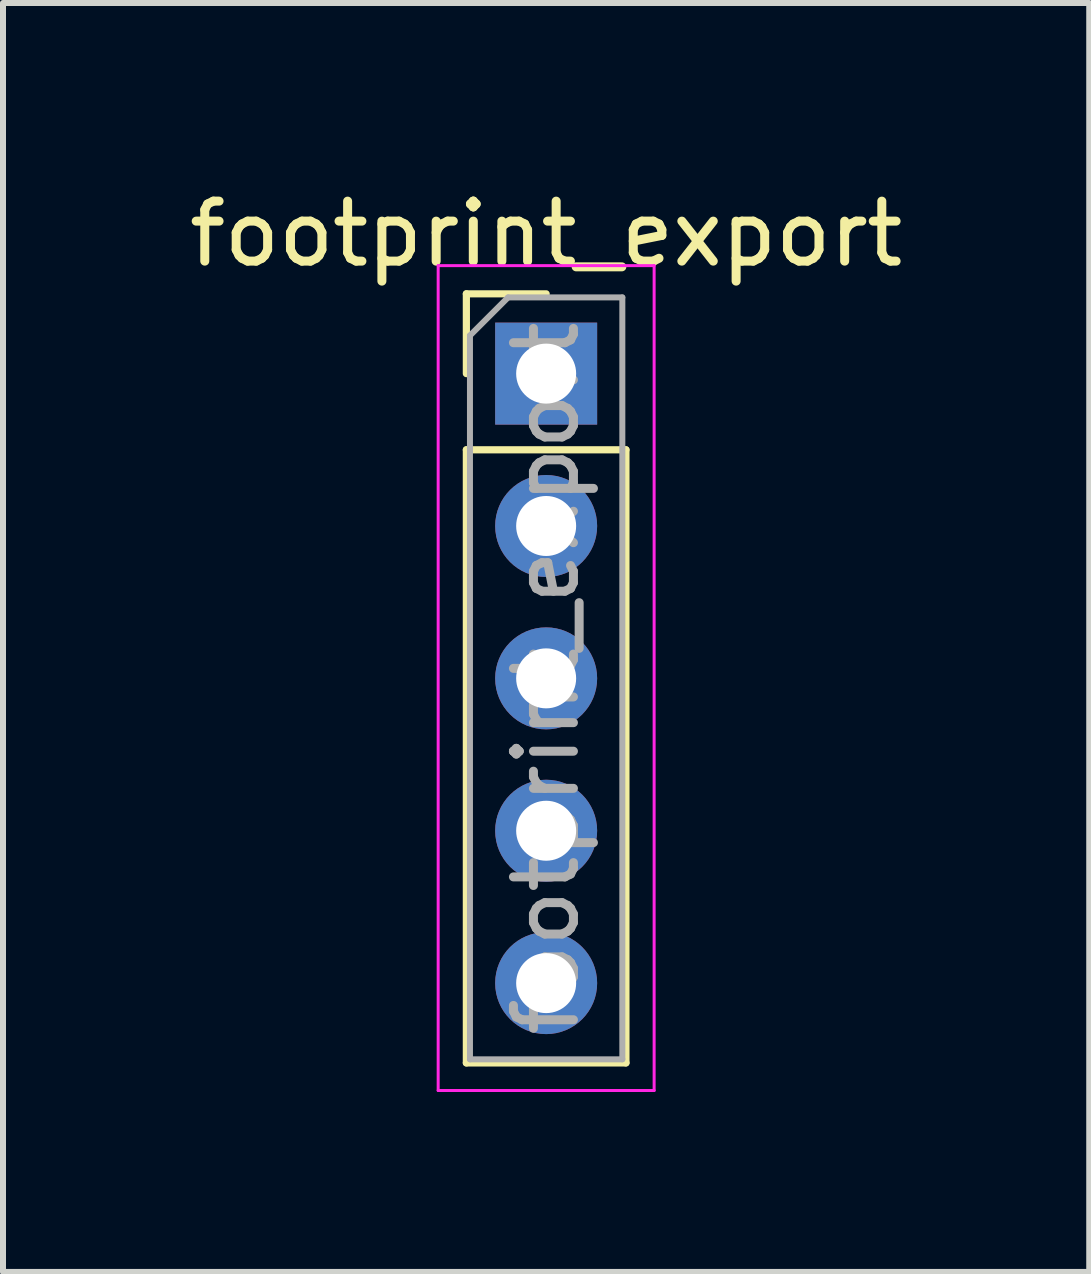
<source format=kicad_pcb>
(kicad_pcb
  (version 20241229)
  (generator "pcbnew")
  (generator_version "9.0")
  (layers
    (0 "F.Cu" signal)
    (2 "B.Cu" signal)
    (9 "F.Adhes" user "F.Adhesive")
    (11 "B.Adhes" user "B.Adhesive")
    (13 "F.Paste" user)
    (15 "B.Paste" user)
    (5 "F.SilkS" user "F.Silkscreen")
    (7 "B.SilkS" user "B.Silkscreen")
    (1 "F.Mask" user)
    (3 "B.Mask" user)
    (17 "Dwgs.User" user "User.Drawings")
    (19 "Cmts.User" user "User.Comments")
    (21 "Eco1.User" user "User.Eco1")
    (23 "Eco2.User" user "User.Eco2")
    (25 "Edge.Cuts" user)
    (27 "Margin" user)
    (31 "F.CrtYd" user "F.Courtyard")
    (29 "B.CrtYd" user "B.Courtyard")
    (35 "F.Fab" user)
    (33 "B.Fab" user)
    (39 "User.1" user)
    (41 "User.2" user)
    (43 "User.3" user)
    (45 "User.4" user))
  (footprint "footprint_export"
    (layer "F.Cu")
    (at 6.054 3.178)
    (property "Reference" "footprint_export" (at 0 -2.33 0) (layer "F.SilkS") (effects (font (size 1 1) (thickness 0.15))))
    (attr through_hole)
    (fp_line (start -1.33 -1.33) (end 0 -1.33) (stroke (width 0.12) (type solid)) (layer "F.SilkS"))
    (fp_line (start -1.33 0) (end -1.33 -1.33) (stroke (width 0.12) (type solid)) (layer "F.SilkS"))
    (fp_line (start -1.33 1.27) (end -1.33 11.49) (stroke (width 0.12) (type solid)) (layer "F.SilkS"))
    (fp_line (start -1.33 1.27) (end 1.33 1.27) (stroke (width 0.12) (type solid)) (layer "F.SilkS"))
    (fp_line (start -1.33 11.49) (end 1.33 11.49) (stroke (width 0.12) (type solid)) (layer "F.SilkS"))
    (fp_line (start 1.33 1.27) (end 1.33 11.49) (stroke (width 0.12) (type solid)) (layer "F.SilkS"))
    (fp_line (start -1.8 -1.8) (end -1.8 11.95) (stroke (width 0.05) (type solid)) (layer "F.CrtYd"))
    (fp_line (start -1.8 11.95) (end 1.8 11.95) (stroke (width 0.05) (type solid)) (layer "F.CrtYd"))
    (fp_line (start 1.8 -1.8) (end -1.8 -1.8) (stroke (width 0.05) (type solid)) (layer "F.CrtYd"))
    (fp_line (start 1.8 11.95) (end 1.8 -1.8) (stroke (width 0.05) (type solid)) (layer "F.CrtYd"))
    (fp_line (start -1.27 -0.635) (end -0.635 -1.27) (stroke (width 0.1) (type solid)) (layer "F.Fab"))
    (fp_line (start -1.27 11.43) (end -1.27 -0.635) (stroke (width 0.1) (type solid)) (layer "F.Fab"))
    (fp_line (start -0.635 -1.27) (end 1.27 -1.27) (stroke (width 0.1) (type solid)) (layer "F.Fab"))
    (fp_line (start 1.27 -1.27) (end 1.27 11.43) (stroke (width 0.1) (type solid)) (layer "F.Fab"))
    (fp_line (start 1.27 11.43) (end -1.27 11.43) (stroke (width 0.1) (type solid)) (layer "F.Fab"))
    (fp_text user "${REFERENCE}" (at 0 5.08 90) (layer "F.Fab") (effects (font (size 1 1) (thickness 0.15))))
    (pad "1" thru_hole rect (at 0 0) (size 1.7 1.7) (drill 1) (layers "*.Cu" "*.Mask"))
    (pad "2" thru_hole oval (at 0 2.54) (size 1.7 1.7) (drill 1) (layers "*.Cu" "*.Mask"))
    (pad "3" thru_hole oval (at 0 5.08) (size 1.7 1.7) (drill 1) (layers "*.Cu" "*.Mask"))
    (pad "4" thru_hole oval (at 0 7.62) (size 1.7 1.7) (drill 1) (layers "*.Cu" "*.Mask"))
    (pad "5" thru_hole oval (at 0 10.16) (size 1.7 1.7) (drill 1) (layers "*.Cu" "*.Mask")))
  (gr_rect
    (start -3 -3)
    (end 15.107 18.153)
    (stroke (width 0.1) (type default))
    (fill no)
    (layer "Edge.Cuts")))
</source>
